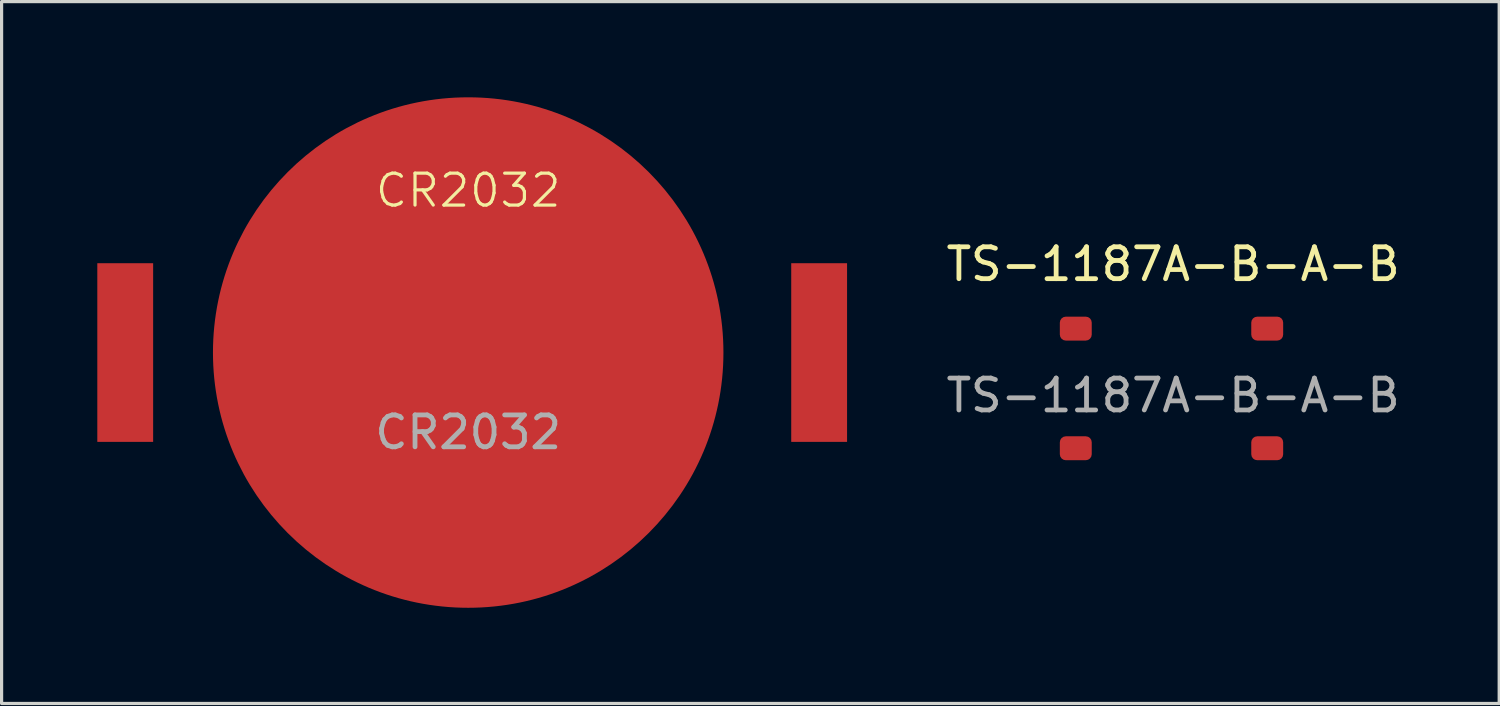
<source format=kicad_pcb>
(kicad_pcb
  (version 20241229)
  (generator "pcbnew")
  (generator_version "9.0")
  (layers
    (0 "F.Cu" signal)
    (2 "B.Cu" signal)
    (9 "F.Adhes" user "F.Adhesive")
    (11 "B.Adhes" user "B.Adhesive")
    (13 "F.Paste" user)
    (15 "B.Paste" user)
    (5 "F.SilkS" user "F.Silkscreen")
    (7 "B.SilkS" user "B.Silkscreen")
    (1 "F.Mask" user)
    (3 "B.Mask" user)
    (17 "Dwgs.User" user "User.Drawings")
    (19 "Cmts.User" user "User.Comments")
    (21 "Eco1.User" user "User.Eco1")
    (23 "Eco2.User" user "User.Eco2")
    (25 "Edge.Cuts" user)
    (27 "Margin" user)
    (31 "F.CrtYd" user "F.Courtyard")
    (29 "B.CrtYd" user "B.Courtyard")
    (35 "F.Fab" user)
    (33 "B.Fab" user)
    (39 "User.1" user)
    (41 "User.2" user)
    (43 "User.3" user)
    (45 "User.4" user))
  (footprint "TS-1187A-B-A-B"
    (layer "F.Cu")
    (at 33.669 0.25)
    (property "Reference" "TS-1187A-B-A-B" (at 0.051 4.98 0) (unlocked yes) (layer "F.SilkS") (effects (font (size 1 1) (thickness 0.15))))
    (attr smd)
    (fp_text user "${REFERENCE}" (at 0.051 9.095 0) (unlocked yes) (layer "F.Fab") (effects (font (size 1 1) (thickness 0.15))))
    (pad "1" smd roundrect (at -3 7) (size 1 0.75) (layers "F.Cu" "F.Mask" "F.Paste") (roundrect_rratio 0.25))
    (pad "1" smd roundrect (at 3 7) (size 1 0.75) (layers "F.Cu" "F.Mask" "F.Paste") (roundrect_rratio 0.25))
    (pad "2" smd roundrect (at -3 10.75) (size 1 0.75) (layers "F.Cu" "F.Mask" "F.Paste") (roundrect_rratio 0.25))
    (pad "2" smd roundrect (at 3 10.75) (size 1 0.75) (layers "F.Cu" "F.Mask" "F.Paste") (roundrect_rratio 0.25)))
  (footprint "CR2032"
    (layer "F.Cu")
    (at 11.625 8)
    (property "Reference" "CR2032" (at 0 -5.08 0) (unlocked yes) (layer "F.SilkS") (effects (font (size 1 1) (thickness 0.1))))
    (attr smd)
    (fp_text user "${REFERENCE}" (at 0 2.5 0) (unlocked yes) (layer "F.Fab") (effects (font (size 1 1) (thickness 0.15))))
    (pad "1" smd rect (at -10.75 0) (size 1.75 5.6) (layers "F.Cu" "F.Mask" "F.Paste"))
    (pad "1" smd rect (at 11 0) (size 1.75 5.6) (layers "F.Cu" "F.Mask" "F.Paste"))
    (pad "2" smd circle (at 0 0) (size 16 16) (layers "F.Cu" "F.Mask" "F.Paste")))
  (gr_rect
    (start -3 -3)
    (end 43.94 19)
    (stroke (width 0.1) (type default))
    (fill no)
    (layer "Edge.Cuts")))
</source>
